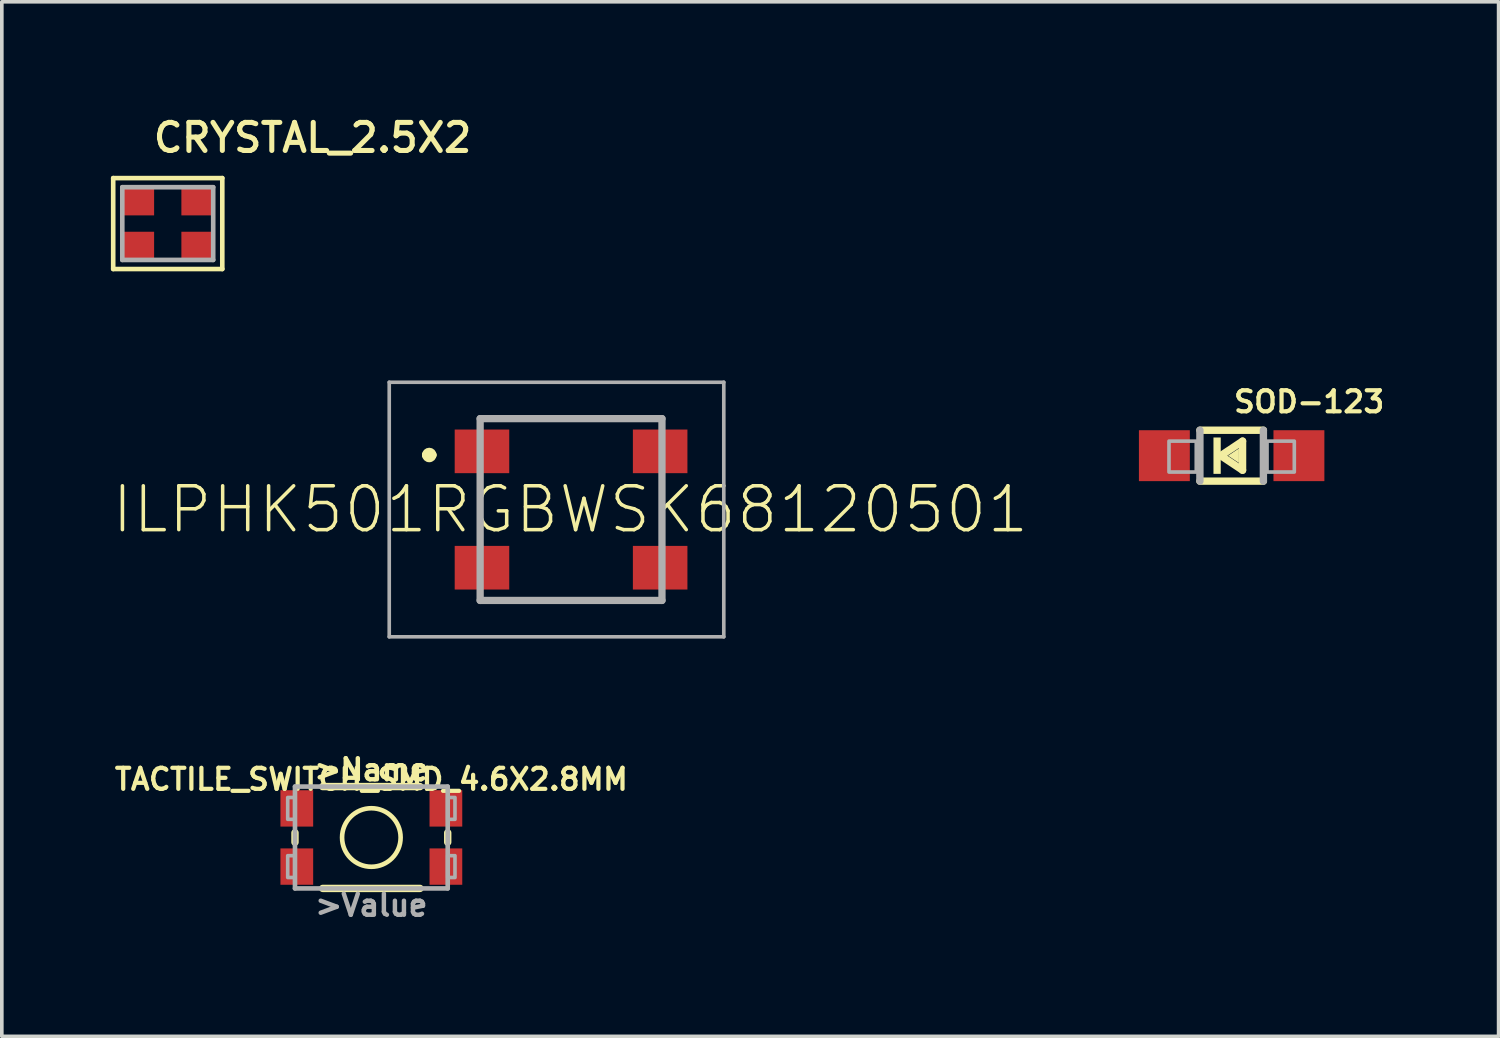
<source format=kicad_pcb>
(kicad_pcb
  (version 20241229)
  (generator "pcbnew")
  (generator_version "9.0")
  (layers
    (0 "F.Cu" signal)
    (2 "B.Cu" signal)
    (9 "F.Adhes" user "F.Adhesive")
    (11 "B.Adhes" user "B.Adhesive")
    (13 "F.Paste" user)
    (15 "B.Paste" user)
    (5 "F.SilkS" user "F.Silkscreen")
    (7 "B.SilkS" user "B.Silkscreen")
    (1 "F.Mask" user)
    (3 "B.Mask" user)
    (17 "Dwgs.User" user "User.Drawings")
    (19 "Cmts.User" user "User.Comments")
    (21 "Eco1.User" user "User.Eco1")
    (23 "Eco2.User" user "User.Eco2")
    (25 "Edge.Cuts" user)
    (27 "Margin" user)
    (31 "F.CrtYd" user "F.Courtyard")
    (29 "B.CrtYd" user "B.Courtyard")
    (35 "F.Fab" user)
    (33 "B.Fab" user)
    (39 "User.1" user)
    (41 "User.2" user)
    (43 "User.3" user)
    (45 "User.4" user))
  (footprint "SOD-123"
    (layer "F.Cu")
    (at 30.82 9.481)
    (property "Reference" "SOD-123" (at 0 -1.143 180) (layer "F.SilkS") (effects (font (size 0.579 0.579) (thickness 0.116)) (justify left bottom)))
    (attr through_hole)
    (fp_line (start -0.873 -0.7) (end 0.873 -0.7) (stroke (width 0.203) (type solid)) (layer "F.SilkS"))
    (fp_line (start -0.3 0) (end 0.3 -0.4) (stroke (width 0.203) (type solid)) (layer "F.SilkS"))
    (fp_line (start 0.3 -0.4) (end 0.3 0.4) (stroke (width 0.203) (type solid)) (layer "F.SilkS"))
    (fp_line (start 0.3 0.4) (end -0.3 0) (stroke (width 0.203) (type solid)) (layer "F.SilkS"))
    (fp_line (start 0.873 0.7) (end -0.873 0.7) (stroke (width 0.203) (type solid)) (layer "F.SilkS"))
    (fp_poly (pts (xy -0.1 0) (xy 0.2 -0.2) (xy 0.2 0.2)) (stroke (width 0) (type solid)) (fill yes) (layer "F.SilkS"))
    (fp_poly (pts (xy -0.5 0.5) (xy -0.3 0.5) (xy -0.3 -0.5) (xy -0.5 -0.5)) (stroke (width 0) (type solid)) (fill yes) (layer "F.SilkS"))
    (fp_line (start -0.873 0.7) (end -0.873 -0.7) (stroke (width 0.203) (type solid)) (layer "F.Fab"))
    (fp_line (start 0.873 -0.7) (end 0.873 0.7) (stroke (width 0.203) (type solid)) (layer "F.Fab"))
    (fp_poly (pts (xy -1.723 0.45) (xy -0.973 0.45) (xy -0.973 -0.4) (xy -1.723 -0.4)) (stroke (width 0.1) (type solid)) (fill no) (layer "F.Fab"))
    (fp_poly (pts (xy 0.973 0.45) (xy 1.723 0.45) (xy 1.723 -0.4) (xy 0.973 -0.4)) (stroke (width 0.1) (type solid)) (fill no) (layer "F.Fab"))
    (pad "A" smd rect (at 1.85 0 90) (size 1.4 1.4) (layers "F.Cu" "F.Mask" "F.Paste"))
    (pad "C" smd rect (at -1.85 0 90) (size 1.4 1.4) (layers "F.Cu" "F.Mask" "F.Paste")))
  (footprint "ILPHK501RGBWSK68120501"
    (layer "F.Cu")
    (at 12.654 10.962)
    (property "Reference" "ILPHK501RGBWSK68120501" (at -0.019 0 0) (layer "F.SilkS") (effects (font (size 1.206 1.206) (thickness 0.097))))
    (attr through_hole)
    (fp_line (start -4 -1.5) (end -4 -1.5) (stroke (width 0.2) (type solid)) (layer "F.SilkS"))
    (fp_line (start -3.8 -1.5) (end -3.8 -1.5) (stroke (width 0.2) (type solid)) (layer "F.SilkS"))
    (fp_line (start -2.5 -0.5) (end -2.5 0.5) (stroke (width 0.1) (type solid)) (layer "F.SilkS"))
    (fp_line (start -1 -2.5) (end 1 -2.5) (stroke (width 0.1) (type solid)) (layer "F.SilkS"))
    (fp_line (start -1 2.5) (end 1 2.5) (stroke (width 0.1) (type solid)) (layer "F.SilkS"))
    (fp_line (start 2.5 -0.5) (end 2.5 0.5) (stroke (width 0.1) (type solid)) (layer "F.SilkS"))
    (fp_arc (start -4 -1.5) (mid -3.9 -1.6) (end -3.8 -1.5) (stroke (width 0.2) (type solid)) (layer "F.SilkS"))
    (fp_arc (start -3.8 -1.5) (mid -3.9 -1.4) (end -4 -1.5) (stroke (width 0.2) (type solid)) (layer "F.SilkS"))
    (fp_line (start -5 -3.5) (end 4.2 -3.5) (stroke (width 0.1) (type solid)) (layer "F.Fab"))
    (fp_line (start -5 3.5) (end -5 -3.5) (stroke (width 0.1) (type solid)) (layer "F.Fab"))
    (fp_line (start -2.5 -2.5) (end 2.5 -2.5) (stroke (width 0.2) (type solid)) (layer "F.Fab"))
    (fp_line (start -2.5 2.5) (end -2.5 -2.5) (stroke (width 0.2) (type solid)) (layer "F.Fab"))
    (fp_line (start 2.5 -2.5) (end 2.5 2.5) (stroke (width 0.2) (type solid)) (layer "F.Fab"))
    (fp_line (start 2.5 2.5) (end -2.5 2.5) (stroke (width 0.2) (type solid)) (layer "F.Fab"))
    (fp_line (start 4.2 -3.5) (end 4.2 3.5) (stroke (width 0.1) (type solid)) (layer "F.Fab"))
    (fp_line (start 4.2 3.5) (end -5 3.5) (stroke (width 0.1) (type solid)) (layer "F.Fab"))
    (pad "1" smd rect (at -2.45 -1.6) (size 1.5 1.2) (layers "F.Cu" "F.Mask" "F.Paste"))
    (pad "2" smd rect (at 2.45 -1.6) (size 1.5 1.2) (layers "F.Cu" "F.Mask" "F.Paste"))
    (pad "3" smd rect (at 2.45 1.6) (size 1.5 1.2) (layers "F.Cu" "F.Mask" "F.Paste"))
    (pad "4" smd rect (at -2.45 1.6) (size 1.5 1.2) (layers "F.Cu" "F.Mask" "F.Paste")))
  (footprint "CRYSTAL_2.5X2"
    (layer "F.Cu")
    (at 1.563 3.098)
    (property "Reference" "CRYSTAL_2.5X2" (at -0.465 -1.909 180) (layer "F.SilkS") (effects (font (size 0.772 0.772) (thickness 0.139)) (justify left bottom)))
    (attr through_hole)
    (fp_line (start -1.5 -1.25) (end 1.5 -1.25) (stroke (width 0.127) (type solid)) (layer "F.SilkS"))
    (fp_line (start -1.5 1.25) (end -1.5 -1.25) (stroke (width 0.127) (type solid)) (layer "F.SilkS"))
    (fp_line (start 1.5 -1.25) (end 1.5 1.25) (stroke (width 0.127) (type solid)) (layer "F.SilkS"))
    (fp_line (start 1.5 1.25) (end -1.5 1.25) (stroke (width 0.127) (type solid)) (layer "F.SilkS"))
    (fp_line (start -1.25 -1) (end 1.25 -1) (stroke (width 0.127) (type solid)) (layer "F.Fab"))
    (fp_line (start -1.25 1) (end -1.25 -1) (stroke (width 0.127) (type solid)) (layer "F.Fab"))
    (fp_line (start 1.25 -1) (end 1.25 1) (stroke (width 0.127) (type solid)) (layer "F.Fab"))
    (fp_line (start 1.25 1) (end -1.25 1) (stroke (width 0.127) (type solid)) (layer "F.Fab"))
    (pad "1" smd rect (at -0.825 0.625) (size 0.9 0.8) (layers "F.Cu" "F.Mask" "F.Paste"))
    (pad "2" smd rect (at 0.825 0.625) (size 0.9 0.8) (layers "F.Cu" "F.Mask" "F.Paste"))
    (pad "3" smd rect (at 0.825 -0.625) (size 0.9 0.8) (layers "F.Cu" "F.Mask" "F.Paste"))
    (pad "4" smd rect (at -0.825 -0.625) (size 0.9 0.8) (layers "F.Cu" "F.Mask" "F.Paste")))
  (footprint "TACTILE_SWITCH_SMD_4.6X2.8MM"
    (layer "F.Cu")
    (at 7.162 19.981)
    (property "Reference" "TACTILE_SWITCH_SMD_4.6X2.8MM" (at 0 -1.6 0) (layer "F.SilkS") (effects (font (size 0.579 0.579) (thickness 0.116))))
    (attr through_hole)
    (fp_line (start -2.1 -0.13) (end -2.1 0.13) (stroke (width 0.203) (type solid)) (layer "F.SilkS"))
    (fp_line (start -1.338 -1.4) (end 1.338 -1.4) (stroke (width 0.203) (type solid)) (layer "F.SilkS"))
    (fp_line (start 1.338 1.4) (end -1.338 1.4) (stroke (width 0.203) (type solid)) (layer "F.SilkS"))
    (fp_line (start 2.1 0.13) (end 2.1 -0.13) (stroke (width 0.203) (type solid)) (layer "F.SilkS"))
    (fp_circle (center 0 0) (end 0.805 0) (stroke (width 0.127) (type solid)) (fill no) (layer "F.SilkS"))
    (fp_line (start -2.1 -1.4) (end -2.1 1.4) (stroke (width 0.127) (type solid)) (layer "F.Fab"))
    (fp_line (start -2.1 -1.4) (end 2.1 -1.4) (stroke (width 0.127) (type solid)) (layer "F.Fab"))
    (fp_line (start -2.1 1.4) (end 2.1 1.4) (stroke (width 0.127) (type solid)) (layer "F.Fab"))
    (fp_line (start 2.1 1.4) (end 2.1 -1.4) (stroke (width 0.127) (type solid)) (layer "F.Fab"))
    (fp_poly (pts (xy -2.3 -0.5) (xy -2.1 -0.5) (xy -2.1 -1.1) (xy -2.3 -1.1)) (stroke (width 0.1) (type solid)) (fill no) (layer "F.Fab"))
    (fp_poly (pts (xy -2.3 1.1) (xy -2.1 1.1) (xy -2.1 0.5) (xy -2.3 0.5)) (stroke (width 0.1) (type solid)) (fill no) (layer "F.Fab"))
    (fp_poly (pts (xy 2.3 -1.1) (xy 2.1 -1.1) (xy 2.1 -0.5) (xy 2.3 -0.5)) (stroke (width 0.1) (type solid)) (fill no) (layer "F.Fab"))
    (fp_poly (pts (xy 2.3 0.5) (xy 2.1 0.5) (xy 2.1 1.1) (xy 2.3 1.1)) (stroke (width 0.1) (type solid)) (fill no) (layer "F.Fab"))
    (fp_text user ">Name" (at 0 -1.524 0) (layer "F.SilkS") (effects (font (size 0.579 0.579) (thickness 0.122)) (justify bottom)))
    (fp_text user ">Value" (at 0 1.524 0) (layer "F.Fab") (effects (font (size 0.579 0.579) (thickness 0.122)) (justify top)))
    (pad "1" smd rect (at -2.05 0.8) (size 0.9 1) (layers "F.Cu" "F.Mask" "F.Paste"))
    (pad "2" smd rect (at 2.05 0.8) (size 0.9 1) (layers "F.Cu" "F.Mask" "F.Paste"))
    (pad "3" smd rect (at 2.05 -0.8) (size 0.9 1) (layers "F.Cu" "F.Mask" "F.Paste"))
    (pad "4" smd rect (at -2.05 -0.8) (size 0.9 1) (layers "F.Cu" "F.Mask" "F.Paste")))
  (gr_rect
    (start -3 -3)
    (end 38.161 25.449)
    (stroke (width 0.1) (type default))
    (fill no)
    (layer "Edge.Cuts")))
</source>
